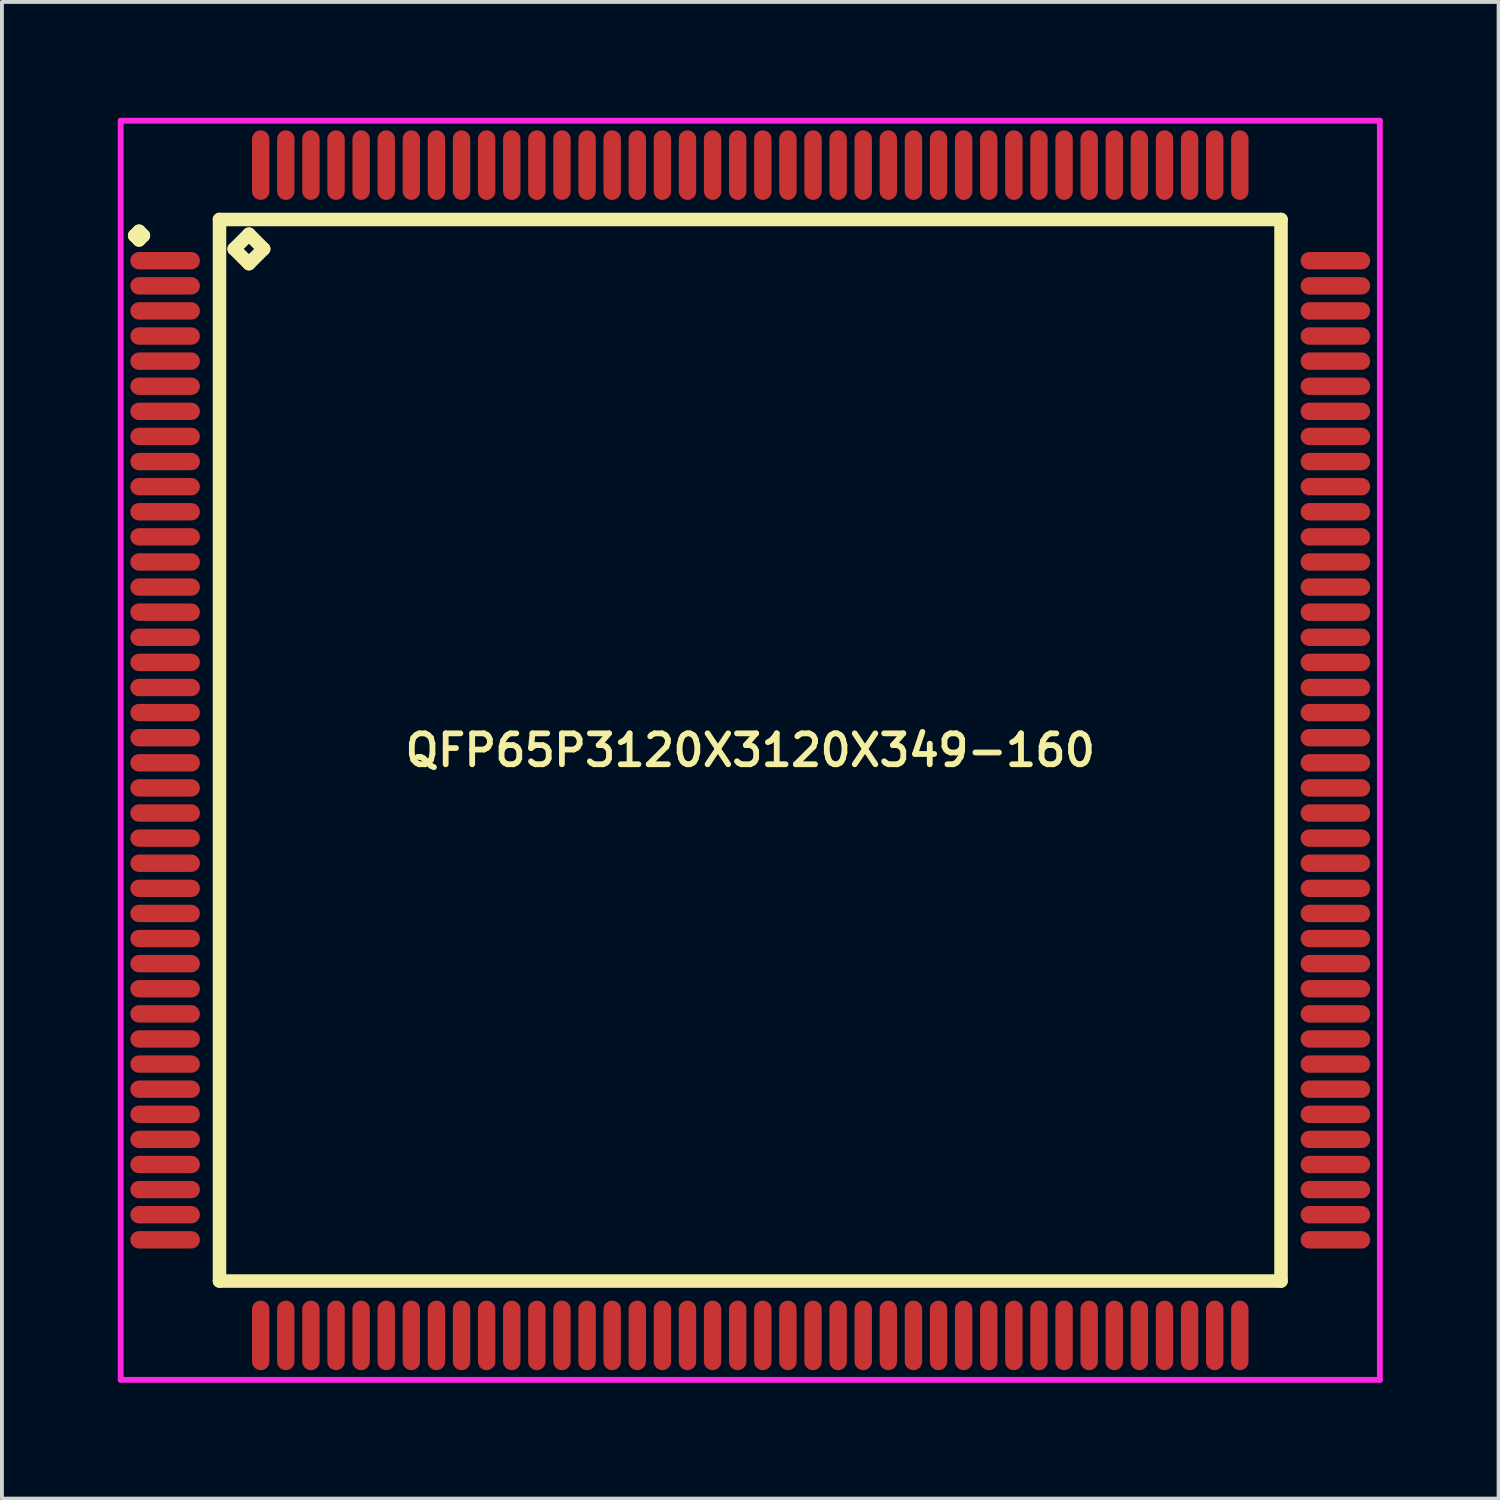
<source format=kicad_pcb>
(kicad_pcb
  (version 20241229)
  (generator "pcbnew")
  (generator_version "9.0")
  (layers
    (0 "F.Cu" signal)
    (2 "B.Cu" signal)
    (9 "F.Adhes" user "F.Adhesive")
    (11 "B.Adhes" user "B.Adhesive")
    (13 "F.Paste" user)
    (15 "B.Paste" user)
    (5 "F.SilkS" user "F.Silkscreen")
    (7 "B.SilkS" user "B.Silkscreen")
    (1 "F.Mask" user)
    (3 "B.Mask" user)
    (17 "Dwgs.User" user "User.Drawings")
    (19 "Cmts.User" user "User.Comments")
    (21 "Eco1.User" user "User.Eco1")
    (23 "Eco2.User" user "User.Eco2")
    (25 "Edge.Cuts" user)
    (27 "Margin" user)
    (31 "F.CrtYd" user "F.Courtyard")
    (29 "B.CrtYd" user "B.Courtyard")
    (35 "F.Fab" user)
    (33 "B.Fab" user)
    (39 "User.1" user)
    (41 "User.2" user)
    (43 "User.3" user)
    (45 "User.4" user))
  (footprint "QFP65P3120X3120X349-160"
    (layer "F.Cu")
    (at 16.375 16.375)
    (property "Reference" "QFP65P3120X3120X349-160" (at 0 0 0) (layer "F.SilkS") (effects (font (size 0.8 0.8) (thickness 0.15))))
    (attr smd)
    (fp_line (start -15.938 -13.325) (end -15.825 -13.438) (stroke (width 0.35) (type solid)) (layer "F.SilkS"))
    (fp_line (start -15.825 -13.438) (end -15.713 -13.325) (stroke (width 0.35) (type solid)) (layer "F.SilkS"))
    (fp_line (start -15.825 -13.213) (end -15.938 -13.325) (stroke (width 0.35) (type solid)) (layer "F.SilkS"))
    (fp_line (start -15.713 -13.325) (end -15.825 -13.213) (stroke (width 0.35) (type solid)) (layer "F.SilkS"))
    (fp_line (start -13.742 -13.742) (end -13.742 13.742) (stroke (width 0.35) (type solid)) (layer "F.SilkS"))
    (fp_line (start -13.742 13.742) (end 13.742 13.742) (stroke (width 0.35) (type solid)) (layer "F.SilkS"))
    (fp_line (start -13.361 -12.98) (end -12.98 -13.361) (stroke (width 0.35) (type solid)) (layer "F.SilkS"))
    (fp_line (start -12.98 -13.361) (end -12.599 -12.98) (stroke (width 0.35) (type solid)) (layer "F.SilkS"))
    (fp_line (start -12.98 -12.599) (end -13.361 -12.98) (stroke (width 0.35) (type solid)) (layer "F.SilkS"))
    (fp_line (start -12.599 -12.98) (end -12.98 -12.599) (stroke (width 0.35) (type solid)) (layer "F.SilkS"))
    (fp_line (start 13.742 -13.742) (end -13.742 -13.742) (stroke (width 0.35) (type solid)) (layer "F.SilkS"))
    (fp_line (start 13.742 13.742) (end 13.742 -13.742) (stroke (width 0.35) (type solid)) (layer "F.SilkS"))
    (fp_line (start -16.3 -16.3) (end 16.3 -16.3) (stroke (width 0.15) (type solid)) (layer "F.CrtYd"))
    (fp_line (start -16.3 16.3) (end -16.3 -16.3) (stroke (width 0.15) (type solid)) (layer "F.CrtYd"))
    (fp_line (start 16.3 -16.3) (end 16.3 16.3) (stroke (width 0.15) (type solid)) (layer "F.CrtYd"))
    (fp_line (start 16.3 16.3) (end -16.3 16.3) (stroke (width 0.15) (type solid)) (layer "F.CrtYd"))
    (pad "1" smd oval (at -15.15 -12.675) (size 1.8 0.45) (layers "F.Cu" "F.Mask" "F.Paste"))
    (pad "2" smd oval (at -15.15 -12.025) (size 1.8 0.45) (layers "F.Cu" "F.Mask" "F.Paste"))
    (pad "3" smd oval (at -15.15 -11.375) (size 1.8 0.45) (layers "F.Cu" "F.Mask" "F.Paste"))
    (pad "4" smd oval (at -15.15 -10.725) (size 1.8 0.45) (layers "F.Cu" "F.Mask" "F.Paste"))
    (pad "5" smd oval (at -15.15 -10.075) (size 1.8 0.45) (layers "F.Cu" "F.Mask" "F.Paste"))
    (pad "6" smd oval (at -15.15 -9.425) (size 1.8 0.45) (layers "F.Cu" "F.Mask" "F.Paste"))
    (pad "7" smd oval (at -15.15 -8.775) (size 1.8 0.45) (layers "F.Cu" "F.Mask" "F.Paste"))
    (pad "8" smd oval (at -15.15 -8.125) (size 1.8 0.45) (layers "F.Cu" "F.Mask" "F.Paste"))
    (pad "9" smd oval (at -15.15 -7.475) (size 1.8 0.45) (layers "F.Cu" "F.Mask" "F.Paste"))
    (pad "10" smd oval (at -15.15 -6.825) (size 1.8 0.45) (layers "F.Cu" "F.Mask" "F.Paste"))
    (pad "11" smd oval (at -15.15 -6.175) (size 1.8 0.45) (layers "F.Cu" "F.Mask" "F.Paste"))
    (pad "12" smd oval (at -15.15 -5.525) (size 1.8 0.45) (layers "F.Cu" "F.Mask" "F.Paste"))
    (pad "13" smd oval (at -15.15 -4.875) (size 1.8 0.45) (layers "F.Cu" "F.Mask" "F.Paste"))
    (pad "14" smd oval (at -15.15 -4.225) (size 1.8 0.45) (layers "F.Cu" "F.Mask" "F.Paste"))
    (pad "15" smd oval (at -15.15 -3.575) (size 1.8 0.45) (layers "F.Cu" "F.Mask" "F.Paste"))
    (pad "16" smd oval (at -15.15 -2.925) (size 1.8 0.45) (layers "F.Cu" "F.Mask" "F.Paste"))
    (pad "17" smd oval (at -15.15 -2.275) (size 1.8 0.45) (layers "F.Cu" "F.Mask" "F.Paste"))
    (pad "18" smd oval (at -15.15 -1.625) (size 1.8 0.45) (layers "F.Cu" "F.Mask" "F.Paste"))
    (pad "19" smd oval (at -15.15 -0.975) (size 1.8 0.45) (layers "F.Cu" "F.Mask" "F.Paste"))
    (pad "20" smd oval (at -15.15 -0.325) (size 1.8 0.45) (layers "F.Cu" "F.Mask" "F.Paste"))
    (pad "21" smd oval (at -15.15 0.325) (size 1.8 0.45) (layers "F.Cu" "F.Mask" "F.Paste"))
    (pad "22" smd oval (at -15.15 0.975) (size 1.8 0.45) (layers "F.Cu" "F.Mask" "F.Paste"))
    (pad "23" smd oval (at -15.15 1.625) (size 1.8 0.45) (layers "F.Cu" "F.Mask" "F.Paste"))
    (pad "24" smd oval (at -15.15 2.275) (size 1.8 0.45) (layers "F.Cu" "F.Mask" "F.Paste"))
    (pad "25" smd oval (at -15.15 2.925) (size 1.8 0.45) (layers "F.Cu" "F.Mask" "F.Paste"))
    (pad "26" smd oval (at -15.15 3.575) (size 1.8 0.45) (layers "F.Cu" "F.Mask" "F.Paste"))
    (pad "27" smd oval (at -15.15 4.225) (size 1.8 0.45) (layers "F.Cu" "F.Mask" "F.Paste"))
    (pad "28" smd oval (at -15.15 4.875) (size 1.8 0.45) (layers "F.Cu" "F.Mask" "F.Paste"))
    (pad "29" smd oval (at -15.15 5.525) (size 1.8 0.45) (layers "F.Cu" "F.Mask" "F.Paste"))
    (pad "30" smd oval (at -15.15 6.175) (size 1.8 0.45) (layers "F.Cu" "F.Mask" "F.Paste"))
    (pad "31" smd oval (at -15.15 6.825) (size 1.8 0.45) (layers "F.Cu" "F.Mask" "F.Paste"))
    (pad "32" smd oval (at -15.15 7.475) (size 1.8 0.45) (layers "F.Cu" "F.Mask" "F.Paste"))
    (pad "33" smd oval (at -15.15 8.125) (size 1.8 0.45) (layers "F.Cu" "F.Mask" "F.Paste"))
    (pad "34" smd oval (at -15.15 8.775) (size 1.8 0.45) (layers "F.Cu" "F.Mask" "F.Paste"))
    (pad "35" smd oval (at -15.15 9.425) (size 1.8 0.45) (layers "F.Cu" "F.Mask" "F.Paste"))
    (pad "36" smd oval (at -15.15 10.075) (size 1.8 0.45) (layers "F.Cu" "F.Mask" "F.Paste"))
    (pad "37" smd oval (at -15.15 10.725) (size 1.8 0.45) (layers "F.Cu" "F.Mask" "F.Paste"))
    (pad "38" smd oval (at -15.15 11.375) (size 1.8 0.45) (layers "F.Cu" "F.Mask" "F.Paste"))
    (pad "39" smd oval (at -15.15 12.025) (size 1.8 0.45) (layers "F.Cu" "F.Mask" "F.Paste"))
    (pad "40" smd oval (at -15.15 12.675) (size 1.8 0.45) (layers "F.Cu" "F.Mask" "F.Paste"))
    (pad "41" smd oval (at -12.675 15.15) (size 0.45 1.8) (layers "F.Cu" "F.Mask" "F.Paste"))
    (pad "42" smd oval (at -12.025 15.15) (size 0.45 1.8) (layers "F.Cu" "F.Mask" "F.Paste"))
    (pad "43" smd oval (at -11.375 15.15) (size 0.45 1.8) (layers "F.Cu" "F.Mask" "F.Paste"))
    (pad "44" smd oval (at -10.725 15.15) (size 0.45 1.8) (layers "F.Cu" "F.Mask" "F.Paste"))
    (pad "45" smd oval (at -10.075 15.15) (size 0.45 1.8) (layers "F.Cu" "F.Mask" "F.Paste"))
    (pad "46" smd oval (at -9.425 15.15) (size 0.45 1.8) (layers "F.Cu" "F.Mask" "F.Paste"))
    (pad "47" smd oval (at -8.775 15.15) (size 0.45 1.8) (layers "F.Cu" "F.Mask" "F.Paste"))
    (pad "48" smd oval (at -8.125 15.15) (size 0.45 1.8) (layers "F.Cu" "F.Mask" "F.Paste"))
    (pad "49" smd oval (at -7.475 15.15) (size 0.45 1.8) (layers "F.Cu" "F.Mask" "F.Paste"))
    (pad "50" smd oval (at -6.825 15.15) (size 0.45 1.8) (layers "F.Cu" "F.Mask" "F.Paste"))
    (pad "51" smd oval (at -6.175 15.15) (size 0.45 1.8) (layers "F.Cu" "F.Mask" "F.Paste"))
    (pad "52" smd oval (at -5.525 15.15) (size 0.45 1.8) (layers "F.Cu" "F.Mask" "F.Paste"))
    (pad "53" smd oval (at -4.875 15.15) (size 0.45 1.8) (layers "F.Cu" "F.Mask" "F.Paste"))
    (pad "54" smd oval (at -4.225 15.15) (size 0.45 1.8) (layers "F.Cu" "F.Mask" "F.Paste"))
    (pad "55" smd oval (at -3.575 15.15) (size 0.45 1.8) (layers "F.Cu" "F.Mask" "F.Paste"))
    (pad "56" smd oval (at -2.925 15.15) (size 0.45 1.8) (layers "F.Cu" "F.Mask" "F.Paste"))
    (pad "57" smd oval (at -2.275 15.15) (size 0.45 1.8) (layers "F.Cu" "F.Mask" "F.Paste"))
    (pad "58" smd oval (at -1.625 15.15) (size 0.45 1.8) (layers "F.Cu" "F.Mask" "F.Paste"))
    (pad "59" smd oval (at -0.975 15.15) (size 0.45 1.8) (layers "F.Cu" "F.Mask" "F.Paste"))
    (pad "60" smd oval (at -0.325 15.15) (size 0.45 1.8) (layers "F.Cu" "F.Mask" "F.Paste"))
    (pad "61" smd oval (at 0.325 15.15) (size 0.45 1.8) (layers "F.Cu" "F.Mask" "F.Paste"))
    (pad "62" smd oval (at 0.975 15.15) (size 0.45 1.8) (layers "F.Cu" "F.Mask" "F.Paste"))
    (pad "63" smd oval (at 1.625 15.15) (size 0.45 1.8) (layers "F.Cu" "F.Mask" "F.Paste"))
    (pad "64" smd oval (at 2.275 15.15) (size 0.45 1.8) (layers "F.Cu" "F.Mask" "F.Paste"))
    (pad "65" smd oval (at 2.925 15.15) (size 0.45 1.8) (layers "F.Cu" "F.Mask" "F.Paste"))
    (pad "66" smd oval (at 3.575 15.15) (size 0.45 1.8) (layers "F.Cu" "F.Mask" "F.Paste"))
    (pad "67" smd oval (at 4.225 15.15) (size 0.45 1.8) (layers "F.Cu" "F.Mask" "F.Paste"))
    (pad "68" smd oval (at 4.875 15.15) (size 0.45 1.8) (layers "F.Cu" "F.Mask" "F.Paste"))
    (pad "69" smd oval (at 5.525 15.15) (size 0.45 1.8) (layers "F.Cu" "F.Mask" "F.Paste"))
    (pad "70" smd oval (at 6.175 15.15) (size 0.45 1.8) (layers "F.Cu" "F.Mask" "F.Paste"))
    (pad "71" smd oval (at 6.825 15.15) (size 0.45 1.8) (layers "F.Cu" "F.Mask" "F.Paste"))
    (pad "72" smd oval (at 7.475 15.15) (size 0.45 1.8) (layers "F.Cu" "F.Mask" "F.Paste"))
    (pad "73" smd oval (at 8.125 15.15) (size 0.45 1.8) (layers "F.Cu" "F.Mask" "F.Paste"))
    (pad "74" smd oval (at 8.775 15.15) (size 0.45 1.8) (layers "F.Cu" "F.Mask" "F.Paste"))
    (pad "75" smd oval (at 9.425 15.15) (size 0.45 1.8) (layers "F.Cu" "F.Mask" "F.Paste"))
    (pad "76" smd oval (at 10.075 15.15) (size 0.45 1.8) (layers "F.Cu" "F.Mask" "F.Paste"))
    (pad "77" smd oval (at 10.725 15.15) (size 0.45 1.8) (layers "F.Cu" "F.Mask" "F.Paste"))
    (pad "78" smd oval (at 11.375 15.15) (size 0.45 1.8) (layers "F.Cu" "F.Mask" "F.Paste"))
    (pad "79" smd oval (at 12.025 15.15) (size 0.45 1.8) (layers "F.Cu" "F.Mask" "F.Paste"))
    (pad "80" smd oval (at 12.675 15.15) (size 0.45 1.8) (layers "F.Cu" "F.Mask" "F.Paste"))
    (pad "81" smd oval (at 15.15 12.675) (size 1.8 0.45) (layers "F.Cu" "F.Mask" "F.Paste"))
    (pad "82" smd oval (at 15.15 12.025) (size 1.8 0.45) (layers "F.Cu" "F.Mask" "F.Paste"))
    (pad "83" smd oval (at 15.15 11.375) (size 1.8 0.45) (layers "F.Cu" "F.Mask" "F.Paste"))
    (pad "84" smd oval (at 15.15 10.725) (size 1.8 0.45) (layers "F.Cu" "F.Mask" "F.Paste"))
    (pad "85" smd oval (at 15.15 10.075) (size 1.8 0.45) (layers "F.Cu" "F.Mask" "F.Paste"))
    (pad "86" smd oval (at 15.15 9.425) (size 1.8 0.45) (layers "F.Cu" "F.Mask" "F.Paste"))
    (pad "87" smd oval (at 15.15 8.775) (size 1.8 0.45) (layers "F.Cu" "F.Mask" "F.Paste"))
    (pad "88" smd oval (at 15.15 8.125) (size 1.8 0.45) (layers "F.Cu" "F.Mask" "F.Paste"))
    (pad "89" smd oval (at 15.15 7.475) (size 1.8 0.45) (layers "F.Cu" "F.Mask" "F.Paste"))
    (pad "90" smd oval (at 15.15 6.825) (size 1.8 0.45) (layers "F.Cu" "F.Mask" "F.Paste"))
    (pad "91" smd oval (at 15.15 6.175) (size 1.8 0.45) (layers "F.Cu" "F.Mask" "F.Paste"))
    (pad "92" smd oval (at 15.15 5.525) (size 1.8 0.45) (layers "F.Cu" "F.Mask" "F.Paste"))
    (pad "93" smd oval (at 15.15 4.875) (size 1.8 0.45) (layers "F.Cu" "F.Mask" "F.Paste"))
    (pad "94" smd oval (at 15.15 4.225) (size 1.8 0.45) (layers "F.Cu" "F.Mask" "F.Paste"))
    (pad "95" smd oval (at 15.15 3.575) (size 1.8 0.45) (layers "F.Cu" "F.Mask" "F.Paste"))
    (pad "96" smd oval (at 15.15 2.925) (size 1.8 0.45) (layers "F.Cu" "F.Mask" "F.Paste"))
    (pad "97" smd oval (at 15.15 2.275) (size 1.8 0.45) (layers "F.Cu" "F.Mask" "F.Paste"))
    (pad "98" smd oval (at 15.15 1.625) (size 1.8 0.45) (layers "F.Cu" "F.Mask" "F.Paste"))
    (pad "99" smd oval (at 15.15 0.975) (size 1.8 0.45) (layers "F.Cu" "F.Mask" "F.Paste"))
    (pad "100" smd oval (at 15.15 0.325) (size 1.8 0.45) (layers "F.Cu" "F.Mask" "F.Paste"))
    (pad "101" smd oval (at 15.15 -0.325) (size 1.8 0.45) (layers "F.Cu" "F.Mask" "F.Paste"))
    (pad "102" smd oval (at 15.15 -0.975) (size 1.8 0.45) (layers "F.Cu" "F.Mask" "F.Paste"))
    (pad "103" smd oval (at 15.15 -1.625) (size 1.8 0.45) (layers "F.Cu" "F.Mask" "F.Paste"))
    (pad "104" smd oval (at 15.15 -2.275) (size 1.8 0.45) (layers "F.Cu" "F.Mask" "F.Paste"))
    (pad "105" smd oval (at 15.15 -2.925) (size 1.8 0.45) (layers "F.Cu" "F.Mask" "F.Paste"))
    (pad "106" smd oval (at 15.15 -3.575) (size 1.8 0.45) (layers "F.Cu" "F.Mask" "F.Paste"))
    (pad "107" smd oval (at 15.15 -4.225) (size 1.8 0.45) (layers "F.Cu" "F.Mask" "F.Paste"))
    (pad "108" smd oval (at 15.15 -4.875) (size 1.8 0.45) (layers "F.Cu" "F.Mask" "F.Paste"))
    (pad "109" smd oval (at 15.15 -5.525) (size 1.8 0.45) (layers "F.Cu" "F.Mask" "F.Paste"))
    (pad "110" smd oval (at 15.15 -6.175) (size 1.8 0.45) (layers "F.Cu" "F.Mask" "F.Paste"))
    (pad "111" smd oval (at 15.15 -6.825) (size 1.8 0.45) (layers "F.Cu" "F.Mask" "F.Paste"))
    (pad "112" smd oval (at 15.15 -7.475) (size 1.8 0.45) (layers "F.Cu" "F.Mask" "F.Paste"))
    (pad "113" smd oval (at 15.15 -8.125) (size 1.8 0.45) (layers "F.Cu" "F.Mask" "F.Paste"))
    (pad "114" smd oval (at 15.15 -8.775) (size 1.8 0.45) (layers "F.Cu" "F.Mask" "F.Paste"))
    (pad "115" smd oval (at 15.15 -9.425) (size 1.8 0.45) (layers "F.Cu" "F.Mask" "F.Paste"))
    (pad "116" smd oval (at 15.15 -10.075) (size 1.8 0.45) (layers "F.Cu" "F.Mask" "F.Paste"))
    (pad "117" smd oval (at 15.15 -10.725) (size 1.8 0.45) (layers "F.Cu" "F.Mask" "F.Paste"))
    (pad "118" smd oval (at 15.15 -11.375) (size 1.8 0.45) (layers "F.Cu" "F.Mask" "F.Paste"))
    (pad "119" smd oval (at 15.15 -12.025) (size 1.8 0.45) (layers "F.Cu" "F.Mask" "F.Paste"))
    (pad "120" smd oval (at 15.15 -12.675) (size 1.8 0.45) (layers "F.Cu" "F.Mask" "F.Paste"))
    (pad "121" smd oval (at 12.675 -15.15) (size 0.45 1.8) (layers "F.Cu" "F.Mask" "F.Paste"))
    (pad "122" smd oval (at 12.025 -15.15) (size 0.45 1.8) (layers "F.Cu" "F.Mask" "F.Paste"))
    (pad "123" smd oval (at 11.375 -15.15) (size 0.45 1.8) (layers "F.Cu" "F.Mask" "F.Paste"))
    (pad "124" smd oval (at 10.725 -15.15) (size 0.45 1.8) (layers "F.Cu" "F.Mask" "F.Paste"))
    (pad "125" smd oval (at 10.075 -15.15) (size 0.45 1.8) (layers "F.Cu" "F.Mask" "F.Paste"))
    (pad "126" smd oval (at 9.425 -15.15) (size 0.45 1.8) (layers "F.Cu" "F.Mask" "F.Paste"))
    (pad "127" smd oval (at 8.775 -15.15) (size 0.45 1.8) (layers "F.Cu" "F.Mask" "F.Paste"))
    (pad "128" smd oval (at 8.125 -15.15) (size 0.45 1.8) (layers "F.Cu" "F.Mask" "F.Paste"))
    (pad "129" smd oval (at 7.475 -15.15) (size 0.45 1.8) (layers "F.Cu" "F.Mask" "F.Paste"))
    (pad "130" smd oval (at 6.825 -15.15) (size 0.45 1.8) (layers "F.Cu" "F.Mask" "F.Paste"))
    (pad "131" smd oval (at 6.175 -15.15) (size 0.45 1.8) (layers "F.Cu" "F.Mask" "F.Paste"))
    (pad "132" smd oval (at 5.525 -15.15) (size 0.45 1.8) (layers "F.Cu" "F.Mask" "F.Paste"))
    (pad "133" smd oval (at 4.875 -15.15) (size 0.45 1.8) (layers "F.Cu" "F.Mask" "F.Paste"))
    (pad "134" smd oval (at 4.225 -15.15) (size 0.45 1.8) (layers "F.Cu" "F.Mask" "F.Paste"))
    (pad "135" smd oval (at 3.575 -15.15) (size 0.45 1.8) (layers "F.Cu" "F.Mask" "F.Paste"))
    (pad "136" smd oval (at 2.925 -15.15) (size 0.45 1.8) (layers "F.Cu" "F.Mask" "F.Paste"))
    (pad "137" smd oval (at 2.275 -15.15) (size 0.45 1.8) (layers "F.Cu" "F.Mask" "F.Paste"))
    (pad "138" smd oval (at 1.625 -15.15) (size 0.45 1.8) (layers "F.Cu" "F.Mask" "F.Paste"))
    (pad "139" smd oval (at 0.975 -15.15) (size 0.45 1.8) (layers "F.Cu" "F.Mask" "F.Paste"))
    (pad "140" smd oval (at 0.325 -15.15) (size 0.45 1.8) (layers "F.Cu" "F.Mask" "F.Paste"))
    (pad "141" smd oval (at -0.325 -15.15) (size 0.45 1.8) (layers "F.Cu" "F.Mask" "F.Paste"))
    (pad "142" smd oval (at -0.975 -15.15) (size 0.45 1.8) (layers "F.Cu" "F.Mask" "F.Paste"))
    (pad "143" smd oval (at -1.625 -15.15) (size 0.45 1.8) (layers "F.Cu" "F.Mask" "F.Paste"))
    (pad "144" smd oval (at -2.275 -15.15) (size 0.45 1.8) (layers "F.Cu" "F.Mask" "F.Paste"))
    (pad "145" smd oval (at -2.925 -15.15) (size 0.45 1.8) (layers "F.Cu" "F.Mask" "F.Paste"))
    (pad "146" smd oval (at -3.575 -15.15) (size 0.45 1.8) (layers "F.Cu" "F.Mask" "F.Paste"))
    (pad "147" smd oval (at -4.225 -15.15) (size 0.45 1.8) (layers "F.Cu" "F.Mask" "F.Paste"))
    (pad "148" smd oval (at -4.875 -15.15) (size 0.45 1.8) (layers "F.Cu" "F.Mask" "F.Paste"))
    (pad "149" smd oval (at -5.525 -15.15) (size 0.45 1.8) (layers "F.Cu" "F.Mask" "F.Paste"))
    (pad "150" smd oval (at -6.175 -15.15) (size 0.45 1.8) (layers "F.Cu" "F.Mask" "F.Paste"))
    (pad "151" smd oval (at -6.825 -15.15) (size 0.45 1.8) (layers "F.Cu" "F.Mask" "F.Paste"))
    (pad "152" smd oval (at -7.475 -15.15) (size 0.45 1.8) (layers "F.Cu" "F.Mask" "F.Paste"))
    (pad "153" smd oval (at -8.125 -15.15) (size 0.45 1.8) (layers "F.Cu" "F.Mask" "F.Paste"))
    (pad "154" smd oval (at -8.775 -15.15) (size 0.45 1.8) (layers "F.Cu" "F.Mask" "F.Paste"))
    (pad "155" smd oval (at -9.425 -15.15) (size 0.45 1.8) (layers "F.Cu" "F.Mask" "F.Paste"))
    (pad "156" smd oval (at -10.075 -15.15) (size 0.45 1.8) (layers "F.Cu" "F.Mask" "F.Paste"))
    (pad "157" smd oval (at -10.725 -15.15) (size 0.45 1.8) (layers "F.Cu" "F.Mask" "F.Paste"))
    (pad "158" smd oval (at -11.375 -15.15) (size 0.45 1.8) (layers "F.Cu" "F.Mask" "F.Paste"))
    (pad "159" smd oval (at -12.025 -15.15) (size 0.45 1.8) (layers "F.Cu" "F.Mask" "F.Paste"))
    (pad "160" smd oval (at -12.675 -15.15) (size 0.45 1.8) (layers "F.Cu" "F.Mask" "F.Paste")))
  (gr_rect
    (start -3 -3)
    (end 35.75 35.75)
    (stroke (width 0.1) (type default))
    (fill no)
    (layer "Edge.Cuts")))
</source>
